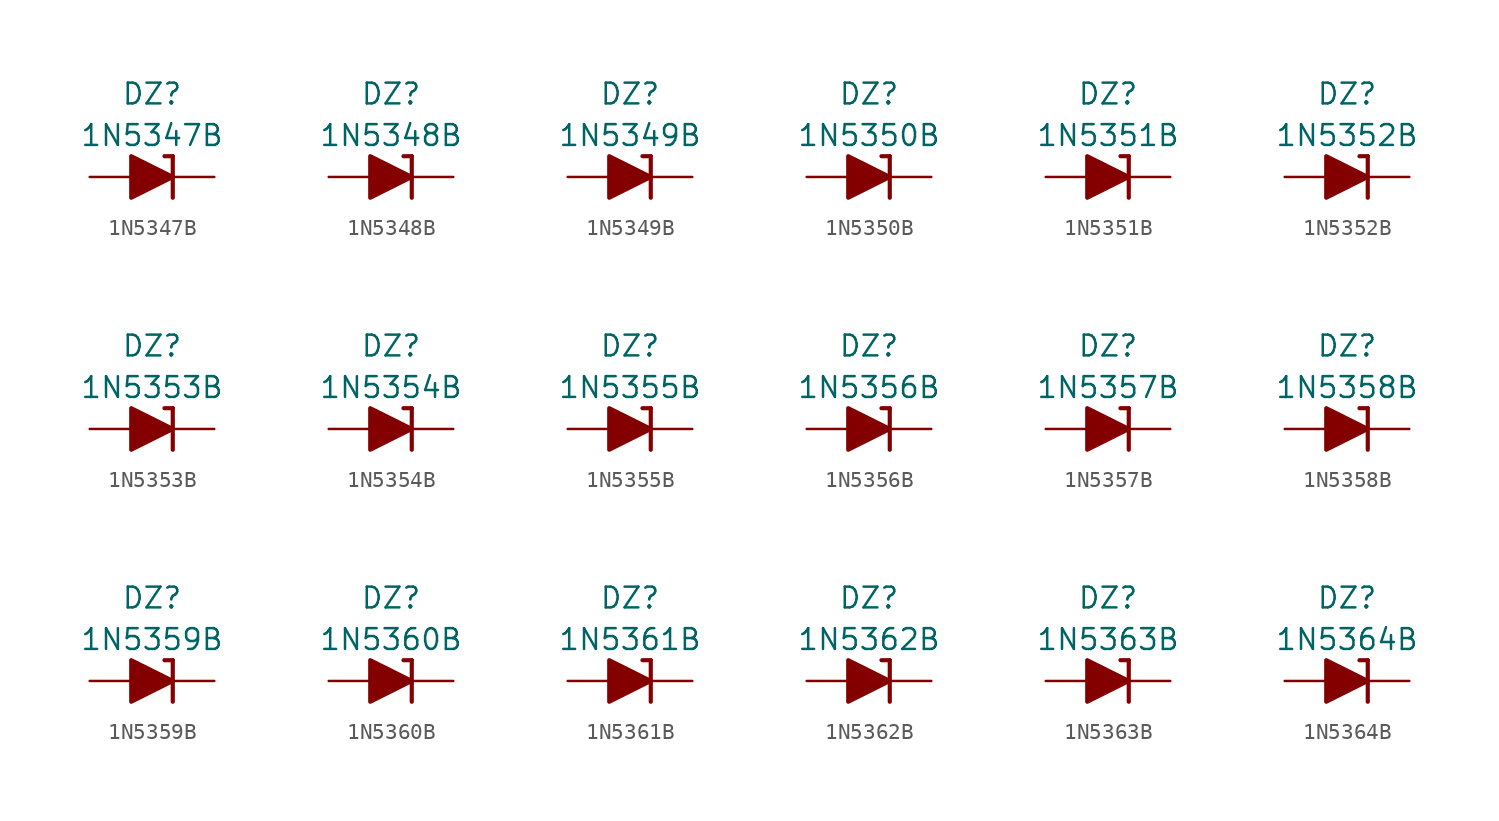
<source format=kicad_sym>
(kicad_symbol_lib
  (version 20211014)
  (generator kicad_symbol_editor)
  (symbol "1N5347B"
    (pin_numbers hide)
    (pin_names
      (offset 1.016) hide)
    (property "Reference" "DZ"
      (at 0 5.08 0)
      (effects (font (size 1.27 1.27))))
    (property "Value" "1N5347B"
      (at 0 2.54 0)
      (effects (font (size 1.27 1.27))))
    (symbol "1N5347B_0_1"
      (polyline (pts (xy -1.27 0) (xy 1.27 0)) (stroke (width 0) (type default) (color 0 0 0 0)) (fill (type none)))
      (polyline (pts (xy 1.27 1.27) (xy 0.762 1.27)) (stroke (width 0.254) (type default) (color 0 0 0 0)) (fill (type none)))
      (polyline (pts (xy 1.27 1.27) (xy 1.27 -1.27)) (stroke (width 0.254) (type default) (color 0 0 0 0)) (fill (type none)))
      (polyline (pts (xy -1.27 -1.27) (xy -1.27 1.27) (xy 1.27 0) (xy -1.27 -1.27)) (stroke (width 0.254) (type default) (color 0 0 0 0)) (fill (type outline))))
    (symbol "1N5347B_1_1"
      (pin passive line (at 3.81 0 180) (length 2.54) (name "K" (effects (font (size 1.27 1.27)))) (number "1" (effects (font (size 1.27 1.27)))))
      (pin passive line (at -3.81 0 0) (length 2.54) (name "A" (effects (font (size 1.27 1.27)))) (number "2" (effects (font (size 1.27 1.27)))))))
  (symbol "1N5348B"
    (pin_numbers hide)
    (pin_names
      (offset 1.016) hide)
    (property "Reference" "DZ"
      (at 0 5.08 0)
      (effects (font (size 1.27 1.27))))
    (property "Value" "1N5348B"
      (at 0 2.54 0)
      (effects (font (size 1.27 1.27))))
    (symbol "1N5348B_0_1"
      (polyline (pts (xy -1.27 0) (xy 1.27 0)) (stroke (width 0) (type default) (color 0 0 0 0)) (fill (type none)))
      (polyline (pts (xy 1.27 1.27) (xy 0.762 1.27)) (stroke (width 0.254) (type default) (color 0 0 0 0)) (fill (type none)))
      (polyline (pts (xy 1.27 1.27) (xy 1.27 -1.27)) (stroke (width 0.254) (type default) (color 0 0 0 0)) (fill (type none)))
      (polyline (pts (xy -1.27 -1.27) (xy -1.27 1.27) (xy 1.27 0) (xy -1.27 -1.27)) (stroke (width 0.254) (type default) (color 0 0 0 0)) (fill (type outline))))
    (symbol "1N5348B_1_1"
      (pin passive line (at 3.81 0 180) (length 2.54) (name "K" (effects (font (size 1.27 1.27)))) (number "1" (effects (font (size 1.27 1.27)))))
      (pin passive line (at -3.81 0 0) (length 2.54) (name "A" (effects (font (size 1.27 1.27)))) (number "2" (effects (font (size 1.27 1.27)))))))
  (symbol "1N5349B"
    (pin_numbers hide)
    (pin_names
      (offset 1.016) hide)
    (property "Reference" "DZ"
      (at 0 5.08 0)
      (effects (font (size 1.27 1.27))))
    (property "Value" "1N5349B"
      (at 0 2.54 0)
      (effects (font (size 1.27 1.27))))
    (symbol "1N5349B_0_1"
      (polyline (pts (xy -1.27 0) (xy 1.27 0)) (stroke (width 0) (type default) (color 0 0 0 0)) (fill (type none)))
      (polyline (pts (xy 1.27 1.27) (xy 0.762 1.27)) (stroke (width 0.254) (type default) (color 0 0 0 0)) (fill (type none)))
      (polyline (pts (xy 1.27 1.27) (xy 1.27 -1.27)) (stroke (width 0.254) (type default) (color 0 0 0 0)) (fill (type none)))
      (polyline (pts (xy -1.27 -1.27) (xy -1.27 1.27) (xy 1.27 0) (xy -1.27 -1.27)) (stroke (width 0.254) (type default) (color 0 0 0 0)) (fill (type outline))))
    (symbol "1N5349B_1_1"
      (pin passive line (at 3.81 0 180) (length 2.54) (name "K" (effects (font (size 1.27 1.27)))) (number "1" (effects (font (size 1.27 1.27)))))
      (pin passive line (at -3.81 0 0) (length 2.54) (name "A" (effects (font (size 1.27 1.27)))) (number "2" (effects (font (size 1.27 1.27)))))))
  (symbol "1N5350B"
    (pin_numbers hide)
    (pin_names
      (offset 1.016) hide)
    (property "Reference" "DZ"
      (at 0 5.08 0)
      (effects (font (size 1.27 1.27))))
    (property "Value" "1N5350B"
      (at 0 2.54 0)
      (effects (font (size 1.27 1.27))))
    (symbol "1N5350B_0_1"
      (polyline (pts (xy -1.27 0) (xy 1.27 0)) (stroke (width 0) (type default) (color 0 0 0 0)) (fill (type none)))
      (polyline (pts (xy 1.27 1.27) (xy 0.762 1.27)) (stroke (width 0.254) (type default) (color 0 0 0 0)) (fill (type none)))
      (polyline (pts (xy 1.27 1.27) (xy 1.27 -1.27)) (stroke (width 0.254) (type default) (color 0 0 0 0)) (fill (type none)))
      (polyline (pts (xy -1.27 -1.27) (xy -1.27 1.27) (xy 1.27 0) (xy -1.27 -1.27)) (stroke (width 0.254) (type default) (color 0 0 0 0)) (fill (type outline))))
    (symbol "1N5350B_1_1"
      (pin passive line (at 3.81 0 180) (length 2.54) (name "K" (effects (font (size 1.27 1.27)))) (number "1" (effects (font (size 1.27 1.27)))))
      (pin passive line (at -3.81 0 0) (length 2.54) (name "A" (effects (font (size 1.27 1.27)))) (number "2" (effects (font (size 1.27 1.27)))))))
  (symbol "1N5351B"
    (pin_numbers hide)
    (pin_names
      (offset 1.016) hide)
    (property "Reference" "DZ"
      (at 0 5.08 0)
      (effects (font (size 1.27 1.27))))
    (property "Value" "1N5351B"
      (at 0 2.54 0)
      (effects (font (size 1.27 1.27))))
    (symbol "1N5351B_0_1"
      (polyline (pts (xy -1.27 0) (xy 1.27 0)) (stroke (width 0) (type default) (color 0 0 0 0)) (fill (type none)))
      (polyline (pts (xy 1.27 1.27) (xy 0.762 1.27)) (stroke (width 0.254) (type default) (color 0 0 0 0)) (fill (type none)))
      (polyline (pts (xy 1.27 1.27) (xy 1.27 -1.27)) (stroke (width 0.254) (type default) (color 0 0 0 0)) (fill (type none)))
      (polyline (pts (xy -1.27 -1.27) (xy -1.27 1.27) (xy 1.27 0) (xy -1.27 -1.27)) (stroke (width 0.254) (type default) (color 0 0 0 0)) (fill (type outline))))
    (symbol "1N5351B_1_1"
      (pin passive line (at 3.81 0 180) (length 2.54) (name "K" (effects (font (size 1.27 1.27)))) (number "1" (effects (font (size 1.27 1.27)))))
      (pin passive line (at -3.81 0 0) (length 2.54) (name "A" (effects (font (size 1.27 1.27)))) (number "2" (effects (font (size 1.27 1.27)))))))
  (symbol "1N5352B"
    (pin_numbers hide)
    (pin_names
      (offset 1.016) hide)
    (property "Reference" "DZ"
      (at 0 5.08 0)
      (effects (font (size 1.27 1.27))))
    (property "Value" "1N5352B"
      (at 0 2.54 0)
      (effects (font (size 1.27 1.27))))
    (symbol "1N5352B_0_1"
      (polyline (pts (xy -1.27 0) (xy 1.27 0)) (stroke (width 0) (type default) (color 0 0 0 0)) (fill (type none)))
      (polyline (pts (xy 1.27 1.27) (xy 0.762 1.27)) (stroke (width 0.254) (type default) (color 0 0 0 0)) (fill (type none)))
      (polyline (pts (xy 1.27 1.27) (xy 1.27 -1.27)) (stroke (width 0.254) (type default) (color 0 0 0 0)) (fill (type none)))
      (polyline (pts (xy -1.27 -1.27) (xy -1.27 1.27) (xy 1.27 0) (xy -1.27 -1.27)) (stroke (width 0.254) (type default) (color 0 0 0 0)) (fill (type outline))))
    (symbol "1N5352B_1_1"
      (pin passive line (at 3.81 0 180) (length 2.54) (name "K" (effects (font (size 1.27 1.27)))) (number "1" (effects (font (size 1.27 1.27)))))
      (pin passive line (at -3.81 0 0) (length 2.54) (name "A" (effects (font (size 1.27 1.27)))) (number "2" (effects (font (size 1.27 1.27)))))))
  (symbol "1N5353B"
    (pin_numbers hide)
    (pin_names
      (offset 1.016) hide)
    (property "Reference" "DZ"
      (at 0 5.08 0)
      (effects (font (size 1.27 1.27))))
    (property "Value" "1N5353B"
      (at 0 2.54 0)
      (effects (font (size 1.27 1.27))))
    (symbol "1N5353B_0_1"
      (polyline (pts (xy -1.27 0) (xy 1.27 0)) (stroke (width 0) (type default) (color 0 0 0 0)) (fill (type none)))
      (polyline (pts (xy 1.27 1.27) (xy 0.762 1.27)) (stroke (width 0.254) (type default) (color 0 0 0 0)) (fill (type none)))
      (polyline (pts (xy 1.27 1.27) (xy 1.27 -1.27)) (stroke (width 0.254) (type default) (color 0 0 0 0)) (fill (type none)))
      (polyline (pts (xy -1.27 -1.27) (xy -1.27 1.27) (xy 1.27 0) (xy -1.27 -1.27)) (stroke (width 0.254) (type default) (color 0 0 0 0)) (fill (type outline))))
    (symbol "1N5353B_1_1"
      (pin passive line (at 3.81 0 180) (length 2.54) (name "K" (effects (font (size 1.27 1.27)))) (number "1" (effects (font (size 1.27 1.27)))))
      (pin passive line (at -3.81 0 0) (length 2.54) (name "A" (effects (font (size 1.27 1.27)))) (number "2" (effects (font (size 1.27 1.27)))))))
  (symbol "1N5354B"
    (pin_numbers hide)
    (pin_names
      (offset 1.016) hide)
    (property "Reference" "DZ"
      (at 0 5.08 0)
      (effects (font (size 1.27 1.27))))
    (property "Value" "1N5354B"
      (at 0 2.54 0)
      (effects (font (size 1.27 1.27))))
    (symbol "1N5354B_0_1"
      (polyline (pts (xy -1.27 0) (xy 1.27 0)) (stroke (width 0) (type default) (color 0 0 0 0)) (fill (type none)))
      (polyline (pts (xy 1.27 1.27) (xy 0.762 1.27)) (stroke (width 0.254) (type default) (color 0 0 0 0)) (fill (type none)))
      (polyline (pts (xy 1.27 1.27) (xy 1.27 -1.27)) (stroke (width 0.254) (type default) (color 0 0 0 0)) (fill (type none)))
      (polyline (pts (xy -1.27 -1.27) (xy -1.27 1.27) (xy 1.27 0) (xy -1.27 -1.27)) (stroke (width 0.254) (type default) (color 0 0 0 0)) (fill (type outline))))
    (symbol "1N5354B_1_1"
      (pin passive line (at 3.81 0 180) (length 2.54) (name "K" (effects (font (size 1.27 1.27)))) (number "1" (effects (font (size 1.27 1.27)))))
      (pin passive line (at -3.81 0 0) (length 2.54) (name "A" (effects (font (size 1.27 1.27)))) (number "2" (effects (font (size 1.27 1.27)))))))
  (symbol "1N5355B"
    (pin_numbers hide)
    (pin_names
      (offset 1.016) hide)
    (property "Reference" "DZ"
      (at 0 5.08 0)
      (effects (font (size 1.27 1.27))))
    (property "Value" "1N5355B"
      (at 0 2.54 0)
      (effects (font (size 1.27 1.27))))
    (symbol "1N5355B_0_1"
      (polyline (pts (xy -1.27 0) (xy 1.27 0)) (stroke (width 0) (type default) (color 0 0 0 0)) (fill (type none)))
      (polyline (pts (xy 1.27 1.27) (xy 0.762 1.27)) (stroke (width 0.254) (type default) (color 0 0 0 0)) (fill (type none)))
      (polyline (pts (xy 1.27 1.27) (xy 1.27 -1.27)) (stroke (width 0.254) (type default) (color 0 0 0 0)) (fill (type none)))
      (polyline (pts (xy -1.27 -1.27) (xy -1.27 1.27) (xy 1.27 0) (xy -1.27 -1.27)) (stroke (width 0.254) (type default) (color 0 0 0 0)) (fill (type outline))))
    (symbol "1N5355B_1_1"
      (pin passive line (at 3.81 0 180) (length 2.54) (name "K" (effects (font (size 1.27 1.27)))) (number "1" (effects (font (size 1.27 1.27)))))
      (pin passive line (at -3.81 0 0) (length 2.54) (name "A" (effects (font (size 1.27 1.27)))) (number "2" (effects (font (size 1.27 1.27)))))))
  (symbol "1N5356B"
    (pin_numbers hide)
    (pin_names
      (offset 1.016) hide)
    (property "Reference" "DZ"
      (at 0 5.08 0)
      (effects (font (size 1.27 1.27))))
    (property "Value" "1N5356B"
      (at 0 2.54 0)
      (effects (font (size 1.27 1.27))))
    (symbol "1N5356B_0_1"
      (polyline (pts (xy -1.27 0) (xy 1.27 0)) (stroke (width 0) (type default) (color 0 0 0 0)) (fill (type none)))
      (polyline (pts (xy 1.27 1.27) (xy 0.762 1.27)) (stroke (width 0.254) (type default) (color 0 0 0 0)) (fill (type none)))
      (polyline (pts (xy 1.27 1.27) (xy 1.27 -1.27)) (stroke (width 0.254) (type default) (color 0 0 0 0)) (fill (type none)))
      (polyline (pts (xy -1.27 -1.27) (xy -1.27 1.27) (xy 1.27 0) (xy -1.27 -1.27)) (stroke (width 0.254) (type default) (color 0 0 0 0)) (fill (type outline))))
    (symbol "1N5356B_1_1"
      (pin passive line (at 3.81 0 180) (length 2.54) (name "K" (effects (font (size 1.27 1.27)))) (number "1" (effects (font (size 1.27 1.27)))))
      (pin passive line (at -3.81 0 0) (length 2.54) (name "A" (effects (font (size 1.27 1.27)))) (number "2" (effects (font (size 1.27 1.27)))))))
  (symbol "1N5357B"
    (pin_numbers hide)
    (pin_names
      (offset 1.016) hide)
    (property "Reference" "DZ"
      (at 0 5.08 0)
      (effects (font (size 1.27 1.27))))
    (property "Value" "1N5357B"
      (at 0 2.54 0)
      (effects (font (size 1.27 1.27))))
    (symbol "1N5357B_0_1"
      (polyline (pts (xy -1.27 0) (xy 1.27 0)) (stroke (width 0) (type default) (color 0 0 0 0)) (fill (type none)))
      (polyline (pts (xy 1.27 1.27) (xy 0.762 1.27)) (stroke (width 0.254) (type default) (color 0 0 0 0)) (fill (type none)))
      (polyline (pts (xy 1.27 1.27) (xy 1.27 -1.27)) (stroke (width 0.254) (type default) (color 0 0 0 0)) (fill (type none)))
      (polyline (pts (xy -1.27 -1.27) (xy -1.27 1.27) (xy 1.27 0) (xy -1.27 -1.27)) (stroke (width 0.254) (type default) (color 0 0 0 0)) (fill (type outline))))
    (symbol "1N5357B_1_1"
      (pin passive line (at 3.81 0 180) (length 2.54) (name "K" (effects (font (size 1.27 1.27)))) (number "1" (effects (font (size 1.27 1.27)))))
      (pin passive line (at -3.81 0 0) (length 2.54) (name "A" (effects (font (size 1.27 1.27)))) (number "2" (effects (font (size 1.27 1.27)))))))
  (symbol "1N5358B"
    (pin_numbers hide)
    (pin_names
      (offset 1.016) hide)
    (property "Reference" "DZ"
      (at 0 5.08 0)
      (effects (font (size 1.27 1.27))))
    (property "Value" "1N5358B"
      (at 0 2.54 0)
      (effects (font (size 1.27 1.27))))
    (symbol "1N5358B_0_1"
      (polyline (pts (xy -1.27 0) (xy 1.27 0)) (stroke (width 0) (type default) (color 0 0 0 0)) (fill (type none)))
      (polyline (pts (xy 1.27 1.27) (xy 0.762 1.27)) (stroke (width 0.254) (type default) (color 0 0 0 0)) (fill (type none)))
      (polyline (pts (xy 1.27 1.27) (xy 1.27 -1.27)) (stroke (width 0.254) (type default) (color 0 0 0 0)) (fill (type none)))
      (polyline (pts (xy -1.27 -1.27) (xy -1.27 1.27) (xy 1.27 0) (xy -1.27 -1.27)) (stroke (width 0.254) (type default) (color 0 0 0 0)) (fill (type outline))))
    (symbol "1N5358B_1_1"
      (pin passive line (at 3.81 0 180) (length 2.54) (name "K" (effects (font (size 1.27 1.27)))) (number "1" (effects (font (size 1.27 1.27)))))
      (pin passive line (at -3.81 0 0) (length 2.54) (name "A" (effects (font (size 1.27 1.27)))) (number "2" (effects (font (size 1.27 1.27)))))))
  (symbol "1N5359B"
    (pin_numbers hide)
    (pin_names
      (offset 1.016) hide)
    (property "Reference" "DZ"
      (at 0 5.08 0)
      (effects (font (size 1.27 1.27))))
    (property "Value" "1N5359B"
      (at 0 2.54 0)
      (effects (font (size 1.27 1.27))))
    (symbol "1N5359B_0_1"
      (polyline (pts (xy -1.27 0) (xy 1.27 0)) (stroke (width 0) (type default) (color 0 0 0 0)) (fill (type none)))
      (polyline (pts (xy 1.27 1.27) (xy 0.762 1.27)) (stroke (width 0.254) (type default) (color 0 0 0 0)) (fill (type none)))
      (polyline (pts (xy 1.27 1.27) (xy 1.27 -1.27)) (stroke (width 0.254) (type default) (color 0 0 0 0)) (fill (type none)))
      (polyline (pts (xy -1.27 -1.27) (xy -1.27 1.27) (xy 1.27 0) (xy -1.27 -1.27)) (stroke (width 0.254) (type default) (color 0 0 0 0)) (fill (type outline))))
    (symbol "1N5359B_1_1"
      (pin passive line (at 3.81 0 180) (length 2.54) (name "K" (effects (font (size 1.27 1.27)))) (number "1" (effects (font (size 1.27 1.27)))))
      (pin passive line (at -3.81 0 0) (length 2.54) (name "A" (effects (font (size 1.27 1.27)))) (number "2" (effects (font (size 1.27 1.27)))))))
  (symbol "1N5360B"
    (pin_numbers hide)
    (pin_names
      (offset 1.016) hide)
    (property "Reference" "DZ"
      (at 0 5.08 0)
      (effects (font (size 1.27 1.27))))
    (property "Value" "1N5360B"
      (at 0 2.54 0)
      (effects (font (size 1.27 1.27))))
    (symbol "1N5360B_0_1"
      (polyline (pts (xy -1.27 0) (xy 1.27 0)) (stroke (width 0) (type default) (color 0 0 0 0)) (fill (type none)))
      (polyline (pts (xy 1.27 1.27) (xy 0.762 1.27)) (stroke (width 0.254) (type default) (color 0 0 0 0)) (fill (type none)))
      (polyline (pts (xy 1.27 1.27) (xy 1.27 -1.27)) (stroke (width 0.254) (type default) (color 0 0 0 0)) (fill (type none)))
      (polyline (pts (xy -1.27 -1.27) (xy -1.27 1.27) (xy 1.27 0) (xy -1.27 -1.27)) (stroke (width 0.254) (type default) (color 0 0 0 0)) (fill (type outline))))
    (symbol "1N5360B_1_1"
      (pin passive line (at 3.81 0 180) (length 2.54) (name "K" (effects (font (size 1.27 1.27)))) (number "1" (effects (font (size 1.27 1.27)))))
      (pin passive line (at -3.81 0 0) (length 2.54) (name "A" (effects (font (size 1.27 1.27)))) (number "2" (effects (font (size 1.27 1.27)))))))
  (symbol "1N5361B"
    (pin_numbers hide)
    (pin_names
      (offset 1.016) hide)
    (property "Reference" "DZ"
      (at 0 5.08 0)
      (effects (font (size 1.27 1.27))))
    (property "Value" "1N5361B"
      (at 0 2.54 0)
      (effects (font (size 1.27 1.27))))
    (symbol "1N5361B_0_1"
      (polyline (pts (xy -1.27 0) (xy 1.27 0)) (stroke (width 0) (type default) (color 0 0 0 0)) (fill (type none)))
      (polyline (pts (xy 1.27 1.27) (xy 0.762 1.27)) (stroke (width 0.254) (type default) (color 0 0 0 0)) (fill (type none)))
      (polyline (pts (xy 1.27 1.27) (xy 1.27 -1.27)) (stroke (width 0.254) (type default) (color 0 0 0 0)) (fill (type none)))
      (polyline (pts (xy -1.27 -1.27) (xy -1.27 1.27) (xy 1.27 0) (xy -1.27 -1.27)) (stroke (width 0.254) (type default) (color 0 0 0 0)) (fill (type outline))))
    (symbol "1N5361B_1_1"
      (pin passive line (at 3.81 0 180) (length 2.54) (name "K" (effects (font (size 1.27 1.27)))) (number "1" (effects (font (size 1.27 1.27)))))
      (pin passive line (at -3.81 0 0) (length 2.54) (name "A" (effects (font (size 1.27 1.27)))) (number "2" (effects (font (size 1.27 1.27)))))))
  (symbol "1N5362B"
    (pin_numbers hide)
    (pin_names
      (offset 1.016) hide)
    (property "Reference" "DZ"
      (at 0 5.08 0)
      (effects (font (size 1.27 1.27))))
    (property "Value" "1N5362B"
      (at 0 2.54 0)
      (effects (font (size 1.27 1.27))))
    (symbol "1N5362B_0_1"
      (polyline (pts (xy -1.27 0) (xy 1.27 0)) (stroke (width 0) (type default) (color 0 0 0 0)) (fill (type none)))
      (polyline (pts (xy 1.27 1.27) (xy 0.762 1.27)) (stroke (width 0.254) (type default) (color 0 0 0 0)) (fill (type none)))
      (polyline (pts (xy 1.27 1.27) (xy 1.27 -1.27)) (stroke (width 0.254) (type default) (color 0 0 0 0)) (fill (type none)))
      (polyline (pts (xy -1.27 -1.27) (xy -1.27 1.27) (xy 1.27 0) (xy -1.27 -1.27)) (stroke (width 0.254) (type default) (color 0 0 0 0)) (fill (type outline))))
    (symbol "1N5362B_1_1"
      (pin passive line (at 3.81 0 180) (length 2.54) (name "K" (effects (font (size 1.27 1.27)))) (number "1" (effects (font (size 1.27 1.27)))))
      (pin passive line (at -3.81 0 0) (length 2.54) (name "A" (effects (font (size 1.27 1.27)))) (number "2" (effects (font (size 1.27 1.27)))))))
  (symbol "1N5363B"
    (pin_numbers hide)
    (pin_names
      (offset 1.016) hide)
    (property "Reference" "DZ"
      (at 0 5.08 0)
      (effects (font (size 1.27 1.27))))
    (property "Value" "1N5363B"
      (at 0 2.54 0)
      (effects (font (size 1.27 1.27))))
    (symbol "1N5363B_0_1"
      (polyline (pts (xy -1.27 0) (xy 1.27 0)) (stroke (width 0) (type default) (color 0 0 0 0)) (fill (type none)))
      (polyline (pts (xy 1.27 1.27) (xy 0.762 1.27)) (stroke (width 0.254) (type default) (color 0 0 0 0)) (fill (type none)))
      (polyline (pts (xy 1.27 1.27) (xy 1.27 -1.27)) (stroke (width 0.254) (type default) (color 0 0 0 0)) (fill (type none)))
      (polyline (pts (xy -1.27 -1.27) (xy -1.27 1.27) (xy 1.27 0) (xy -1.27 -1.27)) (stroke (width 0.254) (type default) (color 0 0 0 0)) (fill (type outline))))
    (symbol "1N5363B_1_1"
      (pin passive line (at 3.81 0 180) (length 2.54) (name "K" (effects (font (size 1.27 1.27)))) (number "1" (effects (font (size 1.27 1.27)))))
      (pin passive line (at -3.81 0 0) (length 2.54) (name "A" (effects (font (size 1.27 1.27)))) (number "2" (effects (font (size 1.27 1.27)))))))
  (symbol "1N5364B"
    (pin_numbers hide)
    (pin_names
      (offset 1.016) hide)
    (property "Reference" "DZ"
      (at 0 5.08 0)
      (effects (font (size 1.27 1.27))))
    (property "Value" "1N5364B"
      (at 0 2.54 0)
      (effects (font (size 1.27 1.27))))
    (symbol "1N5364B_0_1"
      (polyline (pts (xy -1.27 0) (xy 1.27 0)) (stroke (width 0) (type default) (color 0 0 0 0)) (fill (type none)))
      (polyline (pts (xy 1.27 1.27) (xy 0.762 1.27)) (stroke (width 0.254) (type default) (color 0 0 0 0)) (fill (type none)))
      (polyline (pts (xy 1.27 1.27) (xy 1.27 -1.27)) (stroke (width 0.254) (type default) (color 0 0 0 0)) (fill (type none)))
      (polyline (pts (xy -1.27 -1.27) (xy -1.27 1.27) (xy 1.27 0) (xy -1.27 -1.27)) (stroke (width 0.254) (type default) (color 0 0 0 0)) (fill (type outline))))
    (symbol "1N5364B_1_1"
      (pin passive line (at 3.81 0 180) (length 2.54) (name "K" (effects (font (size 1.27 1.27)))) (number "1" (effects (font (size 1.27 1.27)))))
      (pin passive line (at -3.81 0 0) (length 2.54) (name "A" (effects (font (size 1.27 1.27)))) (number "2" (effects (font (size 1.27 1.27))))))))
</source>
